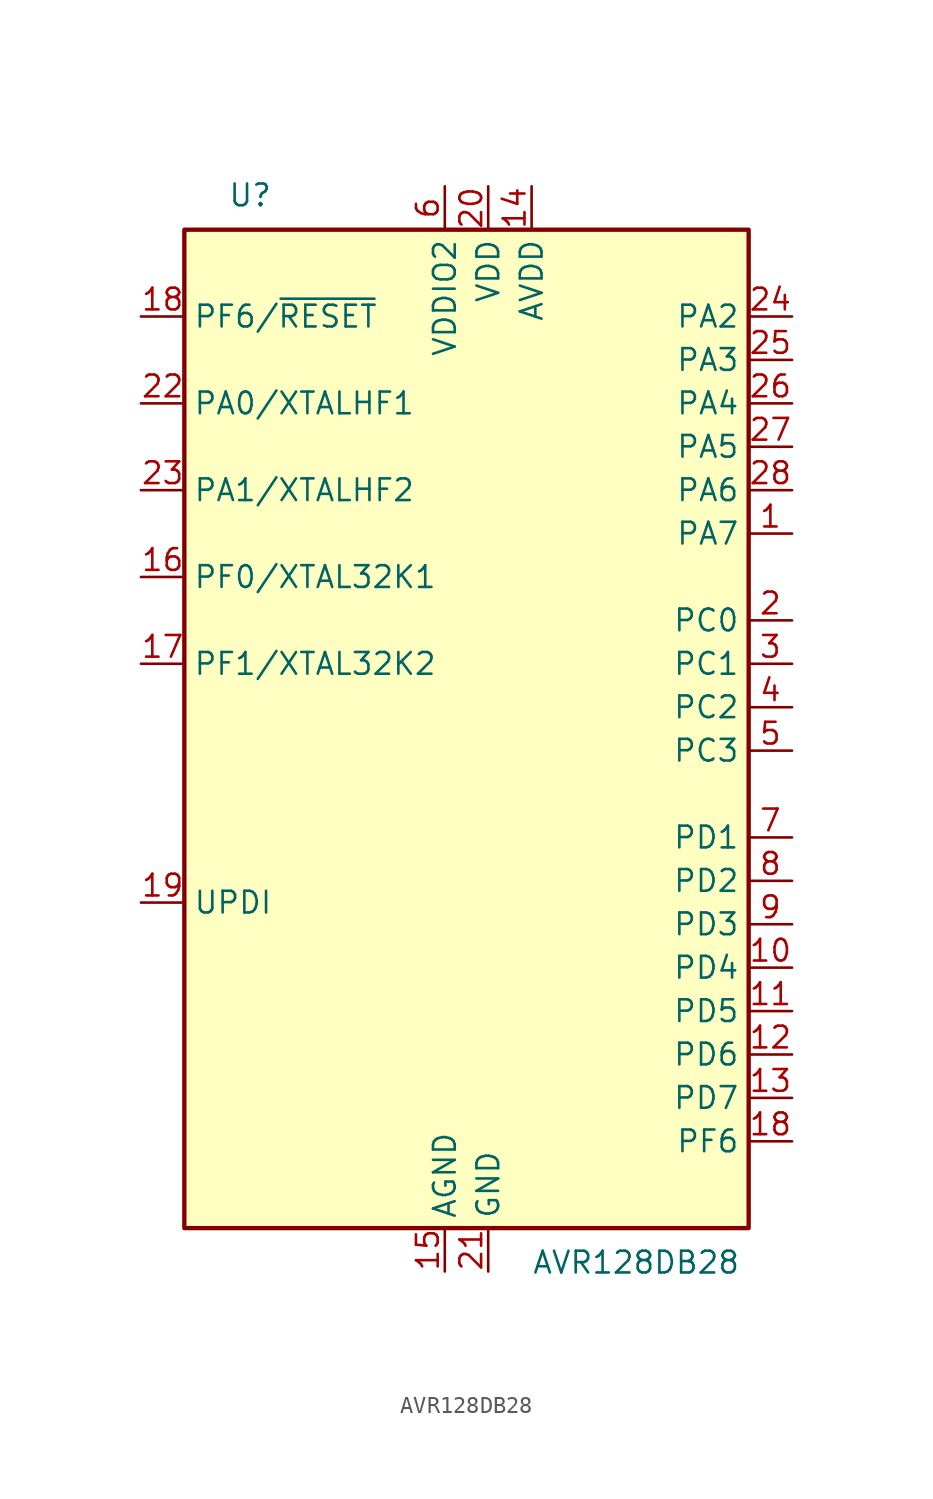
<source format=kicad_sym>
(kicad_symbol_lib
  (version 20211014)
  (generator kicad_symbol_editor)
  (symbol "AVR128DB28"
    (property "Reference" "U"
      (at -13.97 30.48 0)
      (effects (font (size 1.27 1.27)) (justify left bottom)))
    (property "Value" "AVR128DB28"
      (at 3.81 -30.48 0)
      (effects (font (size 1.27 1.27)) (justify left top)))
    (symbol "AVR128DB28_0_1"
      (rectangle (start -16.51 29.21) (end 16.51 -29.21) (stroke (width 0.254) (type default) (color 0 0 0 0)) (fill (type background))))
    (symbol "AVR128DB28_1_1"
      (pin bidirectional line (at 19.05 11.43 180) (length 2.54) (name "PA7" (effects (font (size 1.27 1.27)))) (number "1" (effects (font (size 1.27 1.27)))))
      (pin bidirectional line (at 19.05 -13.97 180) (length 2.54) (name "PD4" (effects (font (size 1.27 1.27)))) (number "10" (effects (font (size 1.27 1.27)))))
      (pin bidirectional line (at 19.05 -16.51 180) (length 2.54) (name "PD5" (effects (font (size 1.27 1.27)))) (number "11" (effects (font (size 1.27 1.27)))))
      (pin bidirectional line (at 19.05 -19.05 180) (length 2.54) (name "PD6" (effects (font (size 1.27 1.27)))) (number "12" (effects (font (size 1.27 1.27)))))
      (pin bidirectional line (at 19.05 -21.59 180) (length 2.54) (name "PD7" (effects (font (size 1.27 1.27)))) (number "13" (effects (font (size 1.27 1.27)))))
      (pin power_in line (at 3.81 31.75 270) (length 2.54) (name "AVDD" (effects (font (size 1.27 1.27)))) (number "14" (effects (font (size 1.27 1.27)))))
      (pin power_in line (at -1.27 -31.75 90) (length 2.54) (name "AGND" (effects (font (size 1.27 1.27)))) (number "15" (effects (font (size 1.27 1.27)))))
      (pin bidirectional line (at -19.05 8.89 0) (length 2.54) (name "PF0/XTAL32K1" (effects (font (size 1.27 1.27)))) (number "16" (effects (font (size 1.27 1.27)))))
      (pin bidirectional line (at -19.05 3.81 0) (length 2.54) (name "PF1/XTAL32K2" (effects (font (size 1.27 1.27)))) (number "17" (effects (font (size 1.27 1.27)))))
      (pin bidirectional line (at 19.05 -24.13 180) (length 2.54) (name "PF6" (effects (font (size 1.27 1.27)))) (number "18" (effects (font (size 1.27 1.27)))))
      (pin input line (at -19.05 24.13 0) (length 2.54) (name "PF6/~{RESET}" (effects (font (size 1.27 1.27)))) (number "18" (effects (font (size 1.27 1.27)))))
      (pin bidirectional line (at -19.05 -10.16 0) (length 2.54) (name "UPDI" (effects (font (size 1.27 1.27)))) (number "19" (effects (font (size 1.27 1.27)))))
      (pin bidirectional line (at 19.05 6.35 180) (length 2.54) (name "PC0" (effects (font (size 1.27 1.27)))) (number "2" (effects (font (size 1.27 1.27)))))
      (pin power_in line (at 1.27 31.75 270) (length 2.54) (name "VDD" (effects (font (size 1.27 1.27)))) (number "20" (effects (font (size 1.27 1.27)))))
      (pin power_in line (at 1.27 -31.75 90) (length 2.54) (name "GND" (effects (font (size 1.27 1.27)))) (number "21" (effects (font (size 1.27 1.27)))))
      (pin bidirectional line (at -19.05 19.05 0) (length 2.54) (name "PA0/XTALHF1" (effects (font (size 1.27 1.27)))) (number "22" (effects (font (size 1.27 1.27)))))
      (pin bidirectional line (at -19.05 13.97 0) (length 2.54) (name "PA1/XTALHF2" (effects (font (size 1.27 1.27)))) (number "23" (effects (font (size 1.27 1.27)))))
      (pin bidirectional line (at 19.05 24.13 180) (length 2.54) (name "PA2" (effects (font (size 1.27 1.27)))) (number "24" (effects (font (size 1.27 1.27)))))
      (pin bidirectional line (at 19.05 21.59 180) (length 2.54) (name "PA3" (effects (font (size 1.27 1.27)))) (number "25" (effects (font (size 1.27 1.27)))))
      (pin bidirectional line (at 19.05 19.05 180) (length 2.54) (name "PA4" (effects (font (size 1.27 1.27)))) (number "26" (effects (font (size 1.27 1.27)))))
      (pin bidirectional line (at 19.05 16.51 180) (length 2.54) (name "PA5" (effects (font (size 1.27 1.27)))) (number "27" (effects (font (size 1.27 1.27)))))
      (pin bidirectional line (at 19.05 13.97 180) (length 2.54) (name "PA6" (effects (font (size 1.27 1.27)))) (number "28" (effects (font (size 1.27 1.27)))))
      (pin bidirectional line (at 19.05 3.81 180) (length 2.54) (name "PC1" (effects (font (size 1.27 1.27)))) (number "3" (effects (font (size 1.27 1.27)))))
      (pin bidirectional line (at 19.05 1.27 180) (length 2.54) (name "PC2" (effects (font (size 1.27 1.27)))) (number "4" (effects (font (size 1.27 1.27)))))
      (pin bidirectional line (at 19.05 -1.27 180) (length 2.54) (name "PC3" (effects (font (size 1.27 1.27)))) (number "5" (effects (font (size 1.27 1.27)))))
      (pin power_in line (at -1.27 31.75 270) (length 2.54) (name "VDDIO2" (effects (font (size 1.27 1.27)))) (number "6" (effects (font (size 1.27 1.27)))))
      (pin bidirectional line (at 19.05 -6.35 180) (length 2.54) (name "PD1" (effects (font (size 1.27 1.27)))) (number "7" (effects (font (size 1.27 1.27)))))
      (pin bidirectional line (at 19.05 -8.89 180) (length 2.54) (name "PD2" (effects (font (size 1.27 1.27)))) (number "8" (effects (font (size 1.27 1.27)))))
      (pin bidirectional line (at 19.05 -11.43 180) (length 2.54) (name "PD3" (effects (font (size 1.27 1.27)))) (number "9" (effects (font (size 1.27 1.27))))))))
</source>
